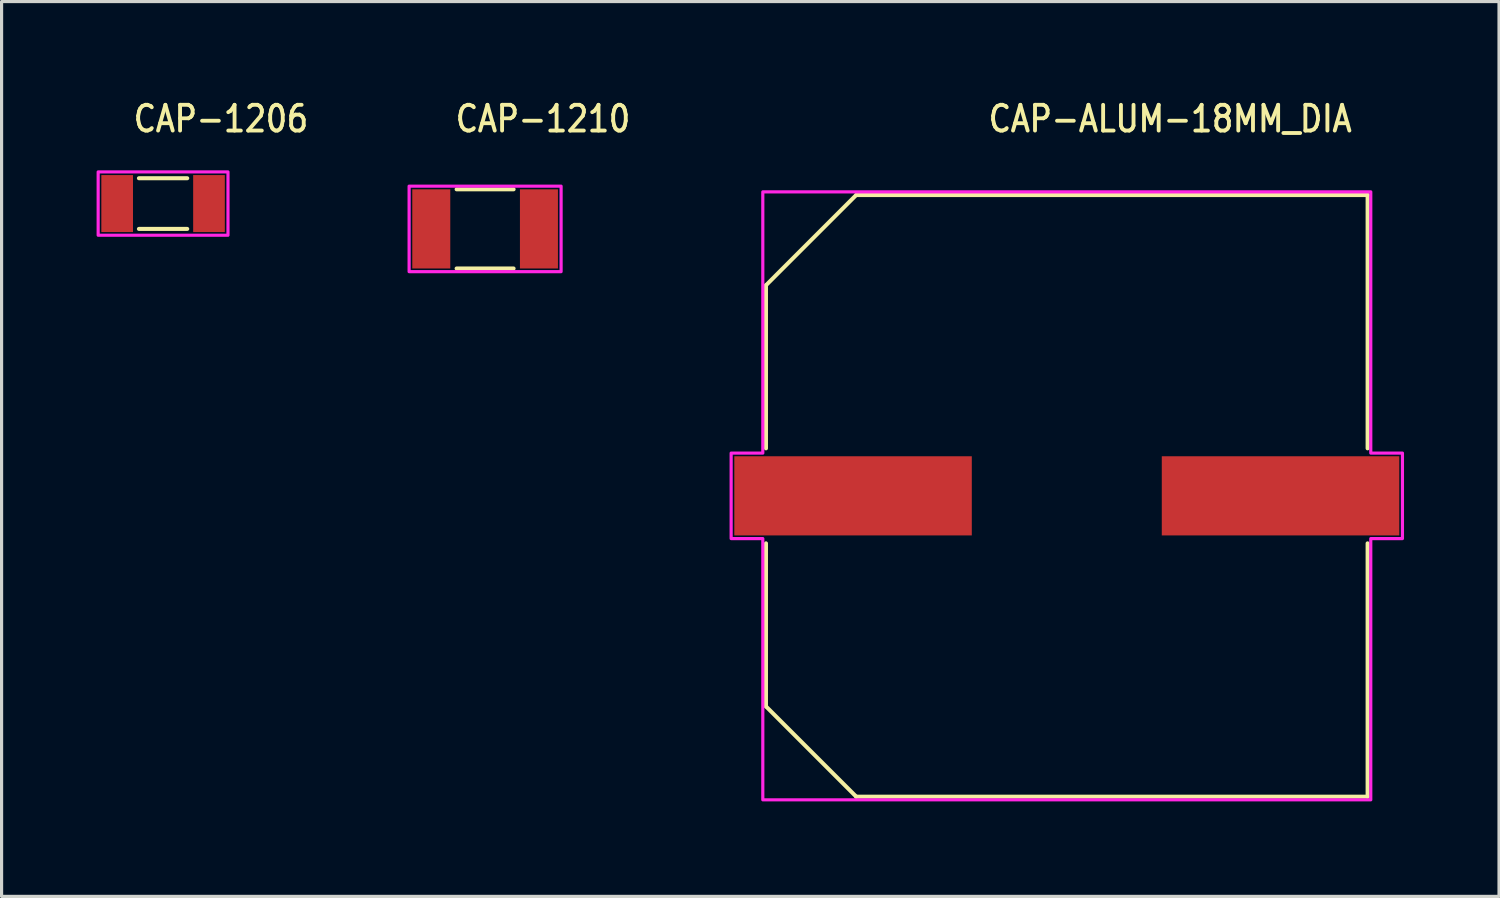
<source format=kicad_pcb>
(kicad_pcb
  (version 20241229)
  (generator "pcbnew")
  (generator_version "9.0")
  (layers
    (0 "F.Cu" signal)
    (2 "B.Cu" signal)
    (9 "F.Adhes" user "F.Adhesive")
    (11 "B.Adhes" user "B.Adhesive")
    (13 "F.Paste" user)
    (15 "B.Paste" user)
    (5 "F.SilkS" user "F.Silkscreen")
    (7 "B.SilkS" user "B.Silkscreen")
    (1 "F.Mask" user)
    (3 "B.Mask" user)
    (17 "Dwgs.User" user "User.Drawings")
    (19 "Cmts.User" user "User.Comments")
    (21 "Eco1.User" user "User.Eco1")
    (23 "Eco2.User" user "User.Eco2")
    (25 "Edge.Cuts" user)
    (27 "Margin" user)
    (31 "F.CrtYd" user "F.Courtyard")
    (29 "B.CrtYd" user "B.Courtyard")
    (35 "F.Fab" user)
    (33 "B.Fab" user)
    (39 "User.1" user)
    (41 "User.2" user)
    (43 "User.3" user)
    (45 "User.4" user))
  (footprint "CAP-1210"
    (layer "F.Cu")
    (at 12.27 4.179)
    (property "Reference" "CAP-1210" (at -1 -3 0) (unlocked yes) (layer "F.SilkS") (effects (font (size 0.813 0.695) (thickness 0.122)) (justify left bottom)))
    (fp_line (start -0.9 -1.25) (end 0.9 -1.25) (stroke (width 0.127) (type solid)) (layer "F.SilkS"))
    (fp_line (start -0.9 1.25) (end 0.9 1.25) (stroke (width 0.127) (type solid)) (layer "F.SilkS"))
    (fp_poly (pts (xy -2.4 -1.35) (xy 2.4 -1.35) (xy 2.4 1.35) (xy -2.4 1.35)) (stroke (width 0.1) (type solid)) (fill no) (layer "F.CrtYd"))
    (pad "P$1" smd rect (at -1.7 0) (size 1.2 2.5) (layers "F.Cu" "F.Mask" "F.Paste"))
    (pad "P$2" smd rect (at 1.7 0) (size 1.2 2.5) (layers "F.Cu" "F.Mask" "F.Paste")))
  (footprint "CAP-ALUM-18MM_DIA"
    (layer "F.Cu")
    (at 30.64 12.609)
    (property "Reference" "CAP-ALUM-18MM_DIA" (at -2.54 -11.43 0) (unlocked yes) (layer "F.SilkS") (effects (font (size 0.813 0.695) (thickness 0.122)) (justify left bottom)))
    (fp_line (start -9.5 -6.65) (end -6.65 -9.5) (stroke (width 0.127) (type solid)) (layer "F.SilkS"))
    (fp_line (start -9.5 -1.5) (end -9.5 -6.65) (stroke (width 0.127) (type solid)) (layer "F.SilkS"))
    (fp_line (start -9.5 6.65) (end -9.5 1.5) (stroke (width 0.127) (type solid)) (layer "F.SilkS"))
    (fp_line (start -6.65 -9.5) (end 9.5 -9.5) (stroke (width 0.127) (type solid)) (layer "F.SilkS"))
    (fp_line (start -6.65 9.5) (end -9.5 6.65) (stroke (width 0.127) (type solid)) (layer "F.SilkS"))
    (fp_line (start 9.5 -9.5) (end 9.5 -1.5) (stroke (width 0.127) (type solid)) (layer "F.SilkS"))
    (fp_line (start 9.5 1.5) (end 9.5 9.5) (stroke (width 0.127) (type solid)) (layer "F.SilkS"))
    (fp_line (start 9.5 9.5) (end -6.65 9.5) (stroke (width 0.127) (type solid)) (layer "F.SilkS"))
    (fp_poly (pts (xy -10.6 -1.35) (xy -9.6 -1.35) (xy -9.6 -9.6) (xy 9.6 -9.6) (xy 9.6 -1.35) (xy 10.6 -1.35) (xy 10.6 1.35) (xy 9.6 1.35) (xy 9.6 9.6) (xy -9.6 9.6) (xy -9.6 1.35) (xy -10.6 1.35)) (stroke (width 0.1) (type solid)) (fill no) (layer "F.CrtYd"))
    (pad "+" smd rect (at -6.75 0) (size 7.5 2.5) (layers "F.Cu" "F.Mask" "F.Paste"))
    (pad "-" smd rect (at 6.75 0) (size 7.5 2.5) (layers "F.Cu" "F.Mask" "F.Paste")))
  (footprint "CAP-1206"
    (layer "F.Cu")
    (at 2.1 3.379)
    (property "Reference" "CAP-1206" (at -1 -2.2 0) (unlocked yes) (layer "F.SilkS") (effects (font (size 0.813 0.695) (thickness 0.122)) (justify left bottom)))
    (fp_line (start -0.763 -0.8) (end 0.763 -0.8) (stroke (width 0.127) (type solid)) (layer "F.SilkS"))
    (fp_line (start -0.763 0.8) (end 0.763 0.8) (stroke (width 0.127) (type solid)) (layer "F.SilkS"))
    (fp_poly (pts (xy -2.05 -1) (xy 2.05 -1) (xy 2.05 1) (xy -2.05 1)) (stroke (width 0.1) (type solid)) (fill no) (layer "F.CrtYd"))
    (pad "P$1" smd rect (at -1.45 0) (size 1 1.8) (layers "F.Cu" "F.Mask" "F.Paste"))
    (pad "P$2" smd rect (at 1.45 0) (size 1 1.8) (layers "F.Cu" "F.Mask" "F.Paste")))
  (gr_rect
    (start -3 -3)
    (end 44.29 25.259)
    (stroke (width 0.1) (type default))
    (fill no)
    (layer "Edge.Cuts")))
</source>
